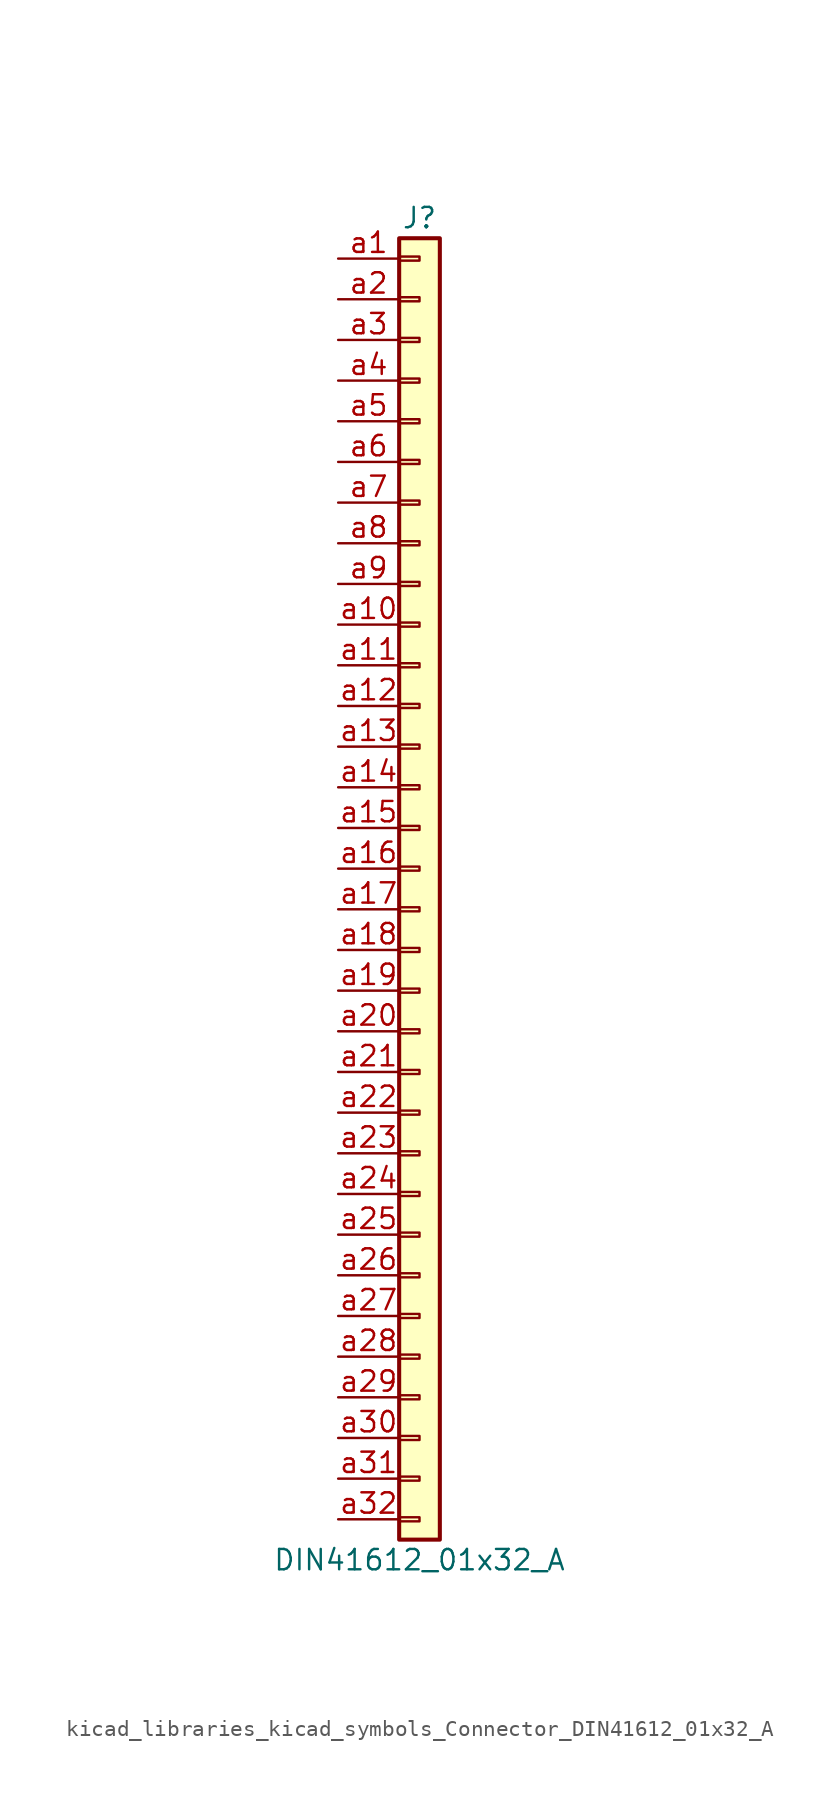
<source format=kicad_sym>
(kicad_symbol_lib
  (version 20220914)
  (generator kicad_symbol_editor)
  (symbol "kicad_libraries_kicad_symbols_Connector_DIN41612_01x32_A"
    (pin_names
      (offset 1.016) hide)
    (property "Reference" "J"
      (at 0 40.64 0)
      (effects (font (size 1.27 1.27))))
    (property "Value" "DIN41612_01x32_A"
      (at 0 -43.18 0)
      (effects (font (size 1.27 1.27))))
    (symbol "kicad_libraries_kicad_symbols_Connector_DIN41612_01x32_A_1_1"
      (rectangle (start -1.27 -40.513) (end 0 -40.767) (stroke (width 0.152) (type default)) (fill (type none)))
      (rectangle (start -1.27 -37.973) (end 0 -38.227) (stroke (width 0.152) (type default)) (fill (type none)))
      (rectangle (start -1.27 -35.433) (end 0 -35.687) (stroke (width 0.152) (type default)) (fill (type none)))
      (rectangle (start -1.27 -32.893) (end 0 -33.147) (stroke (width 0.152) (type default)) (fill (type none)))
      (rectangle (start -1.27 -30.353) (end 0 -30.607) (stroke (width 0.152) (type default)) (fill (type none)))
      (rectangle (start -1.27 -27.813) (end 0 -28.067) (stroke (width 0.152) (type default)) (fill (type none)))
      (rectangle (start -1.27 -25.273) (end 0 -25.527) (stroke (width 0.152) (type default)) (fill (type none)))
      (rectangle (start -1.27 -22.733) (end 0 -22.987) (stroke (width 0.152) (type default)) (fill (type none)))
      (rectangle (start -1.27 -20.193) (end 0 -20.447) (stroke (width 0.152) (type default)) (fill (type none)))
      (rectangle (start -1.27 -17.653) (end 0 -17.907) (stroke (width 0.152) (type default)) (fill (type none)))
      (rectangle (start -1.27 -15.113) (end 0 -15.367) (stroke (width 0.152) (type default)) (fill (type none)))
      (rectangle (start -1.27 -12.573) (end 0 -12.827) (stroke (width 0.152) (type default)) (fill (type none)))
      (rectangle (start -1.27 -10.033) (end 0 -10.287) (stroke (width 0.152) (type default)) (fill (type none)))
      (rectangle (start -1.27 -7.493) (end 0 -7.747) (stroke (width 0.152) (type default)) (fill (type none)))
      (rectangle (start -1.27 -4.953) (end 0 -5.207) (stroke (width 0.152) (type default)) (fill (type none)))
      (rectangle (start -1.27 -2.413) (end 0 -2.667) (stroke (width 0.152) (type default)) (fill (type none)))
      (rectangle (start -1.27 0.127) (end 0 -0.127) (stroke (width 0.152) (type default)) (fill (type none)))
      (rectangle (start -1.27 2.667) (end 0 2.413) (stroke (width 0.152) (type default)) (fill (type none)))
      (rectangle (start -1.27 5.207) (end 0 4.953) (stroke (width 0.152) (type default)) (fill (type none)))
      (rectangle (start -1.27 7.747) (end 0 7.493) (stroke (width 0.152) (type default)) (fill (type none)))
      (rectangle (start -1.27 10.287) (end 0 10.033) (stroke (width 0.152) (type default)) (fill (type none)))
      (rectangle (start -1.27 12.827) (end 0 12.573) (stroke (width 0.152) (type default)) (fill (type none)))
      (rectangle (start -1.27 15.367) (end 0 15.113) (stroke (width 0.152) (type default)) (fill (type none)))
      (rectangle (start -1.27 17.907) (end 0 17.653) (stroke (width 0.152) (type default)) (fill (type none)))
      (rectangle (start -1.27 20.447) (end 0 20.193) (stroke (width 0.152) (type default)) (fill (type none)))
      (rectangle (start -1.27 22.987) (end 0 22.733) (stroke (width 0.152) (type default)) (fill (type none)))
      (rectangle (start -1.27 25.527) (end 0 25.273) (stroke (width 0.152) (type default)) (fill (type none)))
      (rectangle (start -1.27 28.067) (end 0 27.813) (stroke (width 0.152) (type default)) (fill (type none)))
      (rectangle (start -1.27 30.607) (end 0 30.353) (stroke (width 0.152) (type default)) (fill (type none)))
      (rectangle (start -1.27 33.147) (end 0 32.893) (stroke (width 0.152) (type default)) (fill (type none)))
      (rectangle (start -1.27 35.687) (end 0 35.433) (stroke (width 0.152) (type default)) (fill (type none)))
      (rectangle (start -1.27 38.227) (end 0 37.973) (stroke (width 0.152) (type default)) (fill (type none)))
      (rectangle (start -1.27 39.37) (end 1.27 -41.91) (stroke (width 0.254) (type default)) (fill (type background)))
      (pin passive line (at -5.08 38.1 0) (length 3.81) (name "Pin_a1" (effects (font (size 1.27 1.27)))) (number "a1" (effects (font (size 1.27 1.27)))))
      (pin passive line (at -5.08 15.24 0) (length 3.81) (name "Pin_a10" (effects (font (size 1.27 1.27)))) (number "a10" (effects (font (size 1.27 1.27)))))
      (pin passive line (at -5.08 12.7 0) (length 3.81) (name "Pin_a11" (effects (font (size 1.27 1.27)))) (number "a11" (effects (font (size 1.27 1.27)))))
      (pin passive line (at -5.08 10.16 0) (length 3.81) (name "Pin_a12" (effects (font (size 1.27 1.27)))) (number "a12" (effects (font (size 1.27 1.27)))))
      (pin passive line (at -5.08 7.62 0) (length 3.81) (name "Pin_a13" (effects (font (size 1.27 1.27)))) (number "a13" (effects (font (size 1.27 1.27)))))
      (pin passive line (at -5.08 5.08 0) (length 3.81) (name "Pin_a14" (effects (font (size 1.27 1.27)))) (number "a14" (effects (font (size 1.27 1.27)))))
      (pin passive line (at -5.08 2.54 0) (length 3.81) (name "Pin_a15" (effects (font (size 1.27 1.27)))) (number "a15" (effects (font (size 1.27 1.27)))))
      (pin passive line (at -5.08 0 0) (length 3.81) (name "Pin_a16" (effects (font (size 1.27 1.27)))) (number "a16" (effects (font (size 1.27 1.27)))))
      (pin passive line (at -5.08 -2.54 0) (length 3.81) (name "Pin_a17" (effects (font (size 1.27 1.27)))) (number "a17" (effects (font (size 1.27 1.27)))))
      (pin passive line (at -5.08 -5.08 0) (length 3.81) (name "Pin_a18" (effects (font (size 1.27 1.27)))) (number "a18" (effects (font (size 1.27 1.27)))))
      (pin passive line (at -5.08 -7.62 0) (length 3.81) (name "Pin_a19" (effects (font (size 1.27 1.27)))) (number "a19" (effects (font (size 1.27 1.27)))))
      (pin passive line (at -5.08 35.56 0) (length 3.81) (name "Pin_a2" (effects (font (size 1.27 1.27)))) (number "a2" (effects (font (size 1.27 1.27)))))
      (pin passive line (at -5.08 -10.16 0) (length 3.81) (name "Pin_a20" (effects (font (size 1.27 1.27)))) (number "a20" (effects (font (size 1.27 1.27)))))
      (pin passive line (at -5.08 -12.7 0) (length 3.81) (name "Pin_a21" (effects (font (size 1.27 1.27)))) (number "a21" (effects (font (size 1.27 1.27)))))
      (pin passive line (at -5.08 -15.24 0) (length 3.81) (name "Pin_a22" (effects (font (size 1.27 1.27)))) (number "a22" (effects (font (size 1.27 1.27)))))
      (pin passive line (at -5.08 -17.78 0) (length 3.81) (name "Pin_a23" (effects (font (size 1.27 1.27)))) (number "a23" (effects (font (size 1.27 1.27)))))
      (pin passive line (at -5.08 -20.32 0) (length 3.81) (name "Pin_a24" (effects (font (size 1.27 1.27)))) (number "a24" (effects (font (size 1.27 1.27)))))
      (pin passive line (at -5.08 -22.86 0) (length 3.81) (name "Pin_a25" (effects (font (size 1.27 1.27)))) (number "a25" (effects (font (size 1.27 1.27)))))
      (pin passive line (at -5.08 -25.4 0) (length 3.81) (name "Pin_a26" (effects (font (size 1.27 1.27)))) (number "a26" (effects (font (size 1.27 1.27)))))
      (pin passive line (at -5.08 -27.94 0) (length 3.81) (name "Pin_a27" (effects (font (size 1.27 1.27)))) (number "a27" (effects (font (size 1.27 1.27)))))
      (pin passive line (at -5.08 -30.48 0) (length 3.81) (name "Pin_a28" (effects (font (size 1.27 1.27)))) (number "a28" (effects (font (size 1.27 1.27)))))
      (pin passive line (at -5.08 -33.02 0) (length 3.81) (name "Pin_a29" (effects (font (size 1.27 1.27)))) (number "a29" (effects (font (size 1.27 1.27)))))
      (pin passive line (at -5.08 33.02 0) (length 3.81) (name "Pin_a3" (effects (font (size 1.27 1.27)))) (number "a3" (effects (font (size 1.27 1.27)))))
      (pin passive line (at -5.08 -35.56 0) (length 3.81) (name "Pin_a30" (effects (font (size 1.27 1.27)))) (number "a30" (effects (font (size 1.27 1.27)))))
      (pin passive line (at -5.08 -38.1 0) (length 3.81) (name "Pin_a31" (effects (font (size 1.27 1.27)))) (number "a31" (effects (font (size 1.27 1.27)))))
      (pin passive line (at -5.08 -40.64 0) (length 3.81) (name "Pin_a32" (effects (font (size 1.27 1.27)))) (number "a32" (effects (font (size 1.27 1.27)))))
      (pin passive line (at -5.08 30.48 0) (length 3.81) (name "Pin_a4" (effects (font (size 1.27 1.27)))) (number "a4" (effects (font (size 1.27 1.27)))))
      (pin passive line (at -5.08 27.94 0) (length 3.81) (name "Pin_a5" (effects (font (size 1.27 1.27)))) (number "a5" (effects (font (size 1.27 1.27)))))
      (pin passive line (at -5.08 25.4 0) (length 3.81) (name "Pin_a6" (effects (font (size 1.27 1.27)))) (number "a6" (effects (font (size 1.27 1.27)))))
      (pin passive line (at -5.08 22.86 0) (length 3.81) (name "Pin_a7" (effects (font (size 1.27 1.27)))) (number "a7" (effects (font (size 1.27 1.27)))))
      (pin passive line (at -5.08 20.32 0) (length 3.81) (name "Pin_a8" (effects (font (size 1.27 1.27)))) (number "a8" (effects (font (size 1.27 1.27)))))
      (pin passive line (at -5.08 17.78 0) (length 3.81) (name "Pin_a9" (effects (font (size 1.27 1.27)))) (number "a9" (effects (font (size 1.27 1.27))))))))
</source>
